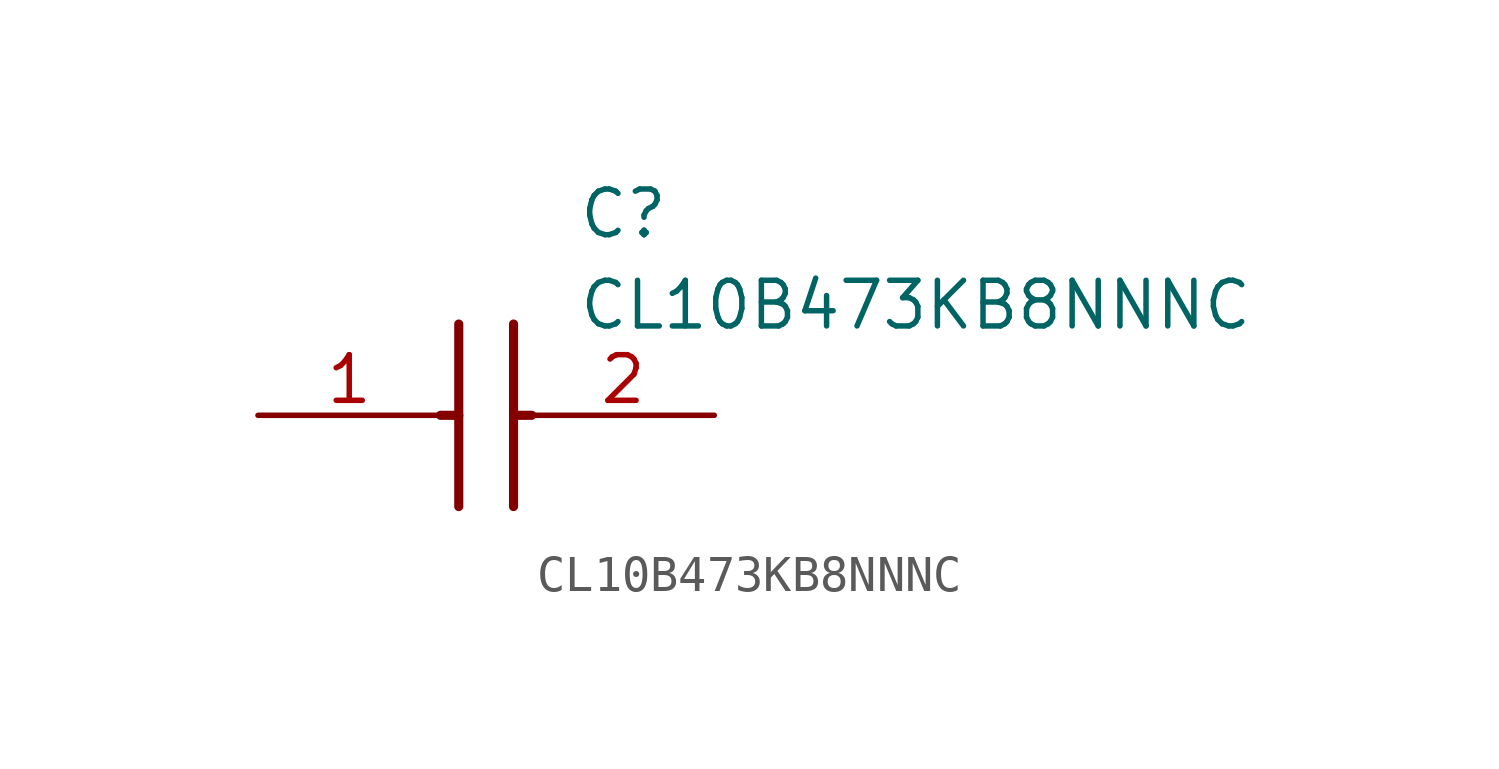
<source format=kicad_sym>
(kicad_symbol_lib
  (version 20211014)
  (generator SamacSys_ECAD_Model)
  (symbol "CL10B473KB8NNNC"
    (pin_names hide)
    (property "Reference" "C"
      (at 8.89 6.35 0)
      (effects (font (size 1.27 1.27)) (justify left top)))
    (property "Value" "CL10B473KB8NNNC"
      (at 8.89 3.81 0)
      (effects (font (size 1.27 1.27)) (justify left top)))
    (polyline
      (pts (xy 5.588 2.54) (xy 5.588 -2.54))
      (stroke (width 0.254) (type default))
      (fill (type none)))
    (polyline
      (pts (xy 7.112 2.54) (xy 7.112 -2.54))
      (stroke (width 0.254) (type default))
      (fill (type none)))
    (polyline
      (pts (xy 5.08 0) (xy 5.588 0))
      (stroke (width 0.254) (type default))
      (fill (type none)))
    (polyline
      (pts (xy 7.112 0) (xy 7.62 0))
      (stroke (width 0.254) (type default))
      (fill (type none)))
    (pin passive line
      (at 0 0 0)
      (length 5.08)
      (name "1" (effects (font (size 1.27 1.27))))
      (number "1" (effects (font (size 1.27 1.27)))))
    (pin passive line
      (at 12.7 0 180)
      (length 5.08)
      (name "2" (effects (font (size 1.27 1.27))))
      (number "2" (effects (font (size 1.27 1.27)))))))
</source>
